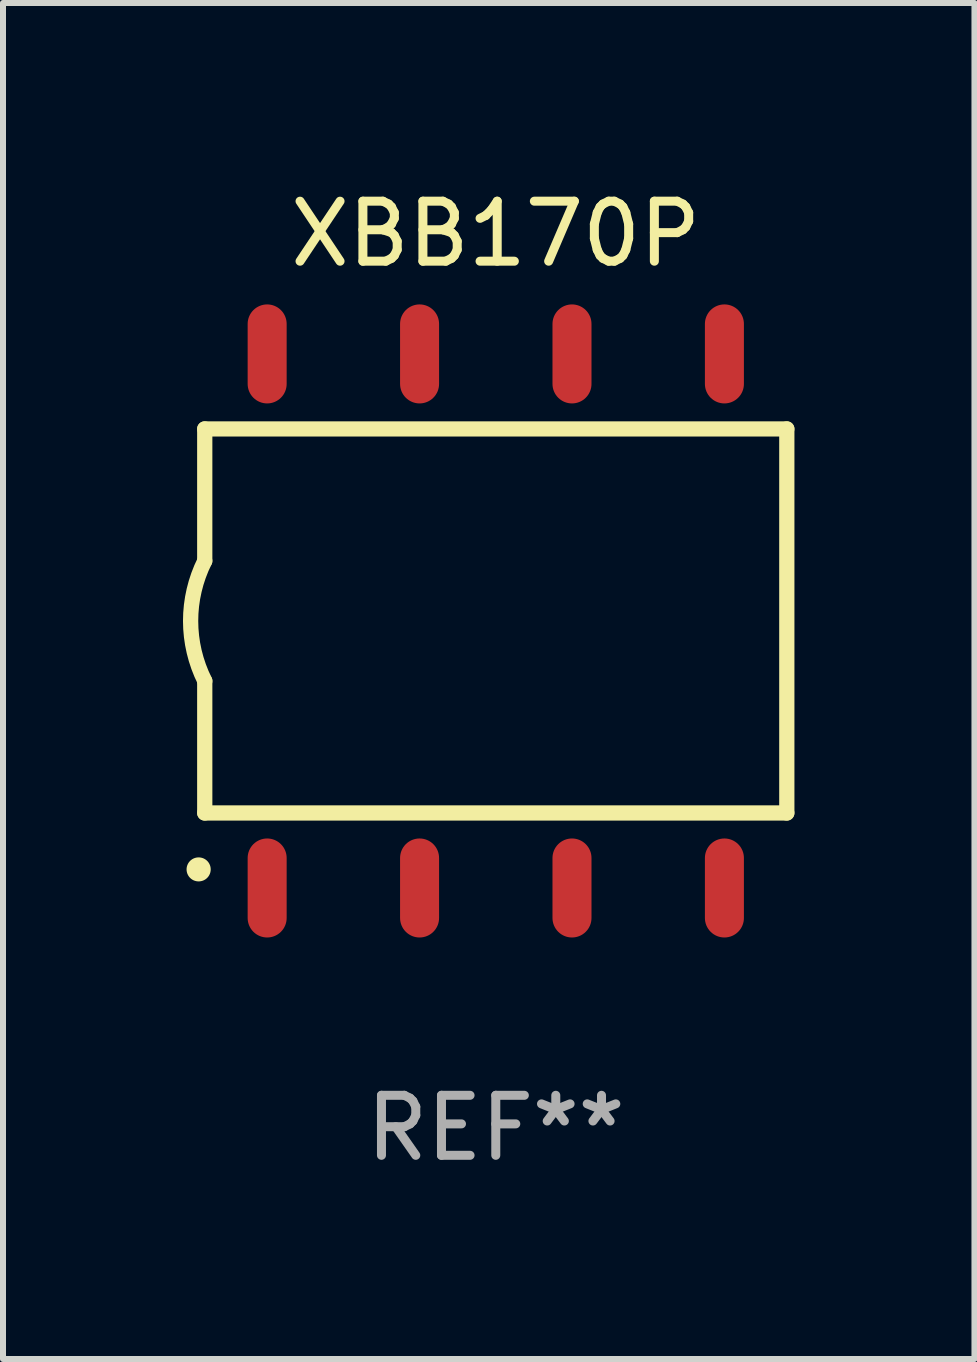
<source format=kicad_pcb>
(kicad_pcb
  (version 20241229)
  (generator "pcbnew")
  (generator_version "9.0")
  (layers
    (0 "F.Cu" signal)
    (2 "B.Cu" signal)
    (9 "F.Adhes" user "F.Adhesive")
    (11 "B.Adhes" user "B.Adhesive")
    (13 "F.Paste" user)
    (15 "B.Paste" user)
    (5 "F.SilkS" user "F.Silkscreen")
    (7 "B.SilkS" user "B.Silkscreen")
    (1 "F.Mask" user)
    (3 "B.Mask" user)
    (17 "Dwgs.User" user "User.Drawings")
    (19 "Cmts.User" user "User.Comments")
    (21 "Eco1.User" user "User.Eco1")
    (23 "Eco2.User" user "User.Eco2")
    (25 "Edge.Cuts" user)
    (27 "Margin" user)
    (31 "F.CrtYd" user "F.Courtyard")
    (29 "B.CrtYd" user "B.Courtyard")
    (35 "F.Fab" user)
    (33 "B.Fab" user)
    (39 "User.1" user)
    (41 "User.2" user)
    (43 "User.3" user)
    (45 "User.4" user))
  (footprint "XBB170P"
    (layer "F.Cu")
    (at 5.212 7.298)
    (property "Reference" "XBB170P" (at 0 -6.45 0) (layer "F.SilkS") (effects (font (size 1 1) (thickness 0.15))))
    (attr through_hole)
    (fp_line (start -4.85 -3.2) (end -4.85 -1) (stroke (width 0.254) (type solid)) (layer "F.SilkS"))
    (fp_line (start -4.85 -3.2) (end 4.85 -3.2) (stroke (width 0.254) (type solid)) (layer "F.SilkS"))
    (fp_line (start -4.85 3.2) (end -4.85 1) (stroke (width 0.254) (type solid)) (layer "F.SilkS"))
    (fp_line (start 4.85 -3.2) (end 4.85 3.2) (stroke (width 0.254) (type solid)) (layer "F.SilkS"))
    (fp_line (start 4.85 3.2) (end -4.85 3.2) (stroke (width 0.254) (type solid)) (layer "F.SilkS"))
    (fp_arc (start -4.95301 4.140208) (mid -4.95174 4.140204) (end -4.95047 4.140208) (stroke (width 0.4) (type solid)) (layer "F.SilkS"))
    (fp_arc (start -4.84887 1.000762) (mid -5.085418 0.000516) (end -4.850013 -1) (stroke (width 0.254001) (type solid)) (layer "F.SilkS"))
    (fp_text user "REF**" (at 0 8.45 0) (layer "F.Fab") (effects (font (size 1 1) (thickness 0.15))))
    (pad "1" smd oval (at -3.81 4.45) (size 0.65 1.65) (layers "F.Cu" "F.Mask" "F.Paste"))
    (pad "2" smd oval (at -1.27 4.45) (size 0.65 1.65) (layers "F.Cu" "F.Mask" "F.Paste"))
    (pad "3" smd oval (at 1.27 4.45) (size 0.65 1.65) (layers "F.Cu" "F.Mask" "F.Paste"))
    (pad "4" smd oval (at 3.81 4.45) (size 0.65 1.65) (layers "F.Cu" "F.Mask" "F.Paste"))
    (pad "5" smd oval (at 3.81 -4.45 180) (size 0.65 1.65) (layers "F.Cu" "F.Mask" "F.Paste"))
    (pad "6" smd oval (at 1.27 -4.45 180) (size 0.65 1.65) (layers "F.Cu" "F.Mask" "F.Paste"))
    (pad "7" smd oval (at -1.27 -4.45 180) (size 0.65 1.65) (layers "F.Cu" "F.Mask" "F.Paste"))
    (pad "8" smd oval (at -3.81 -4.45 180) (size 0.65 1.65) (layers "F.Cu" "F.Mask" "F.Paste")))
  (gr_rect
    (start -3 -3)
    (end 13.189 19.597)
    (stroke (width 0.1) (type default))
    (fill no)
    (layer "Edge.Cuts")))
</source>
